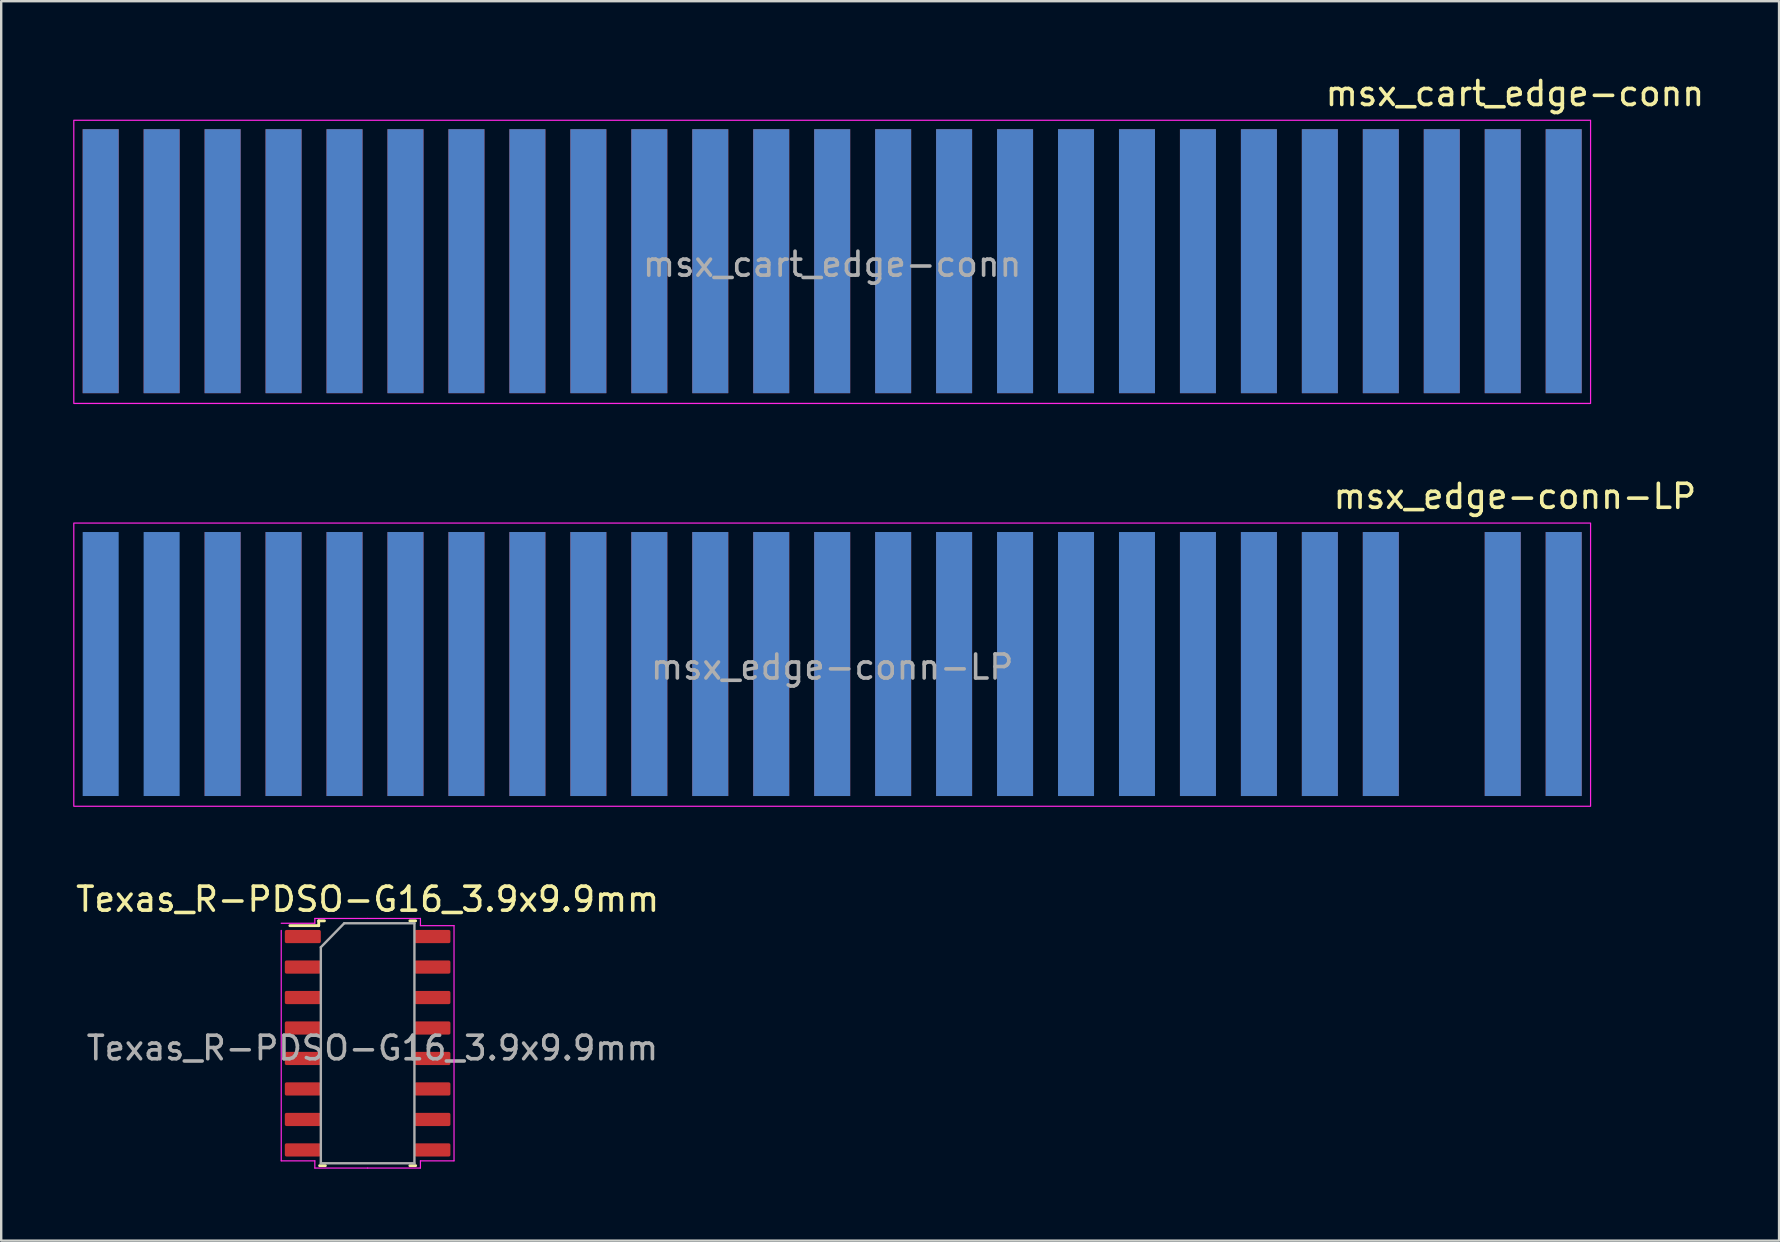
<source format=kicad_pcb>
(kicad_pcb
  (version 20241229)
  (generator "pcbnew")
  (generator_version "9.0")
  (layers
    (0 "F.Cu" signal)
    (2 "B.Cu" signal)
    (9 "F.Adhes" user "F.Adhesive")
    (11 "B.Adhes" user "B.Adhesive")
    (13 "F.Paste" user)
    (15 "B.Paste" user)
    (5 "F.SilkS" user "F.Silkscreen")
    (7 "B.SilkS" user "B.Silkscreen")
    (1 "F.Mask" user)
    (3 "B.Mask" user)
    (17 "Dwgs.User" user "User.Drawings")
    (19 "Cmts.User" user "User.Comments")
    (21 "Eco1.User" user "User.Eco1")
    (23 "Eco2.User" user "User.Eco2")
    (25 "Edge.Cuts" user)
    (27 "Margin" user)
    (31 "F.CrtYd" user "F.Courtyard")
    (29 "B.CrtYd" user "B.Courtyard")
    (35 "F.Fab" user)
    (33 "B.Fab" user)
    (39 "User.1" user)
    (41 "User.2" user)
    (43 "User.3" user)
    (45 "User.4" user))
  (footprint "Texas_R-PDSO-G16_3.9x9.9mm"
    (layer "F.Cu")
    (at 12.268 40.419)
    (property "Reference" "Texas_R-PDSO-G16_3.9x9.9mm" (at 0 -6 0) (layer "F.SilkS") (effects (font (size 1 1) (thickness 0.15))))
    (attr smd)
    (fp_line (start -2.039 -5.1) (end -1.8 -5.1) (stroke (width 0.12) (type solid)) (layer "F.SilkS"))
    (fp_line (start -2.039 -4.9) (end -3.239 -4.9) (stroke (width 0.12) (type solid)) (layer "F.SilkS"))
    (fp_line (start -2.039 -4.9) (end -2.039 -5.1) (stroke (width 0.12) (type solid)) (layer "F.SilkS"))
    (fp_line (start -1.761 5.1) (end -2 5.1) (stroke (width 0.12) (type solid)) (layer "F.SilkS"))
    (fp_line (start 1.761 -5.1) (end 2 -5.1) (stroke (width 0.12) (type solid)) (layer "F.SilkS"))
    (fp_line (start 1.761 5.1) (end 2 5.1) (stroke (width 0.12) (type solid)) (layer "F.SilkS"))
    (fp_line (start -3.6 -5) (end -2.2 -5) (stroke (width 0.05) (type solid)) (layer "F.CrtYd"))
    (fp_line (start -3.6 -4.7) (end -3.6 4.9) (stroke (width 0.05) (type solid)) (layer "F.CrtYd"))
    (fp_line (start -3.6 4.9) (end -2.2 4.9) (stroke (width 0.05) (type solid)) (layer "F.CrtYd"))
    (fp_line (start -2.2 -5.2) (end 0 -5.2) (stroke (width 0.05) (type solid)) (layer "F.CrtYd"))
    (fp_line (start -2.2 -5) (end -2.2 -5.2) (stroke (width 0.05) (type solid)) (layer "F.CrtYd"))
    (fp_line (start -2.2 4.9) (end -2.2 5.2) (stroke (width 0.05) (type solid)) (layer "F.CrtYd"))
    (fp_line (start -2.2 5.2) (end 0 5.2) (stroke (width 0.05) (type solid)) (layer "F.CrtYd"))
    (fp_line (start 2.2 -5.2) (end 0 -5.2) (stroke (width 0.05) (type solid)) (layer "F.CrtYd"))
    (fp_line (start 2.2 -4.9) (end 2.2 -5.2) (stroke (width 0.05) (type solid)) (layer "F.CrtYd"))
    (fp_line (start 2.2 4.9) (end 2.2 5.2) (stroke (width 0.05) (type solid)) (layer "F.CrtYd"))
    (fp_line (start 2.2 5.2) (end 0 5.2) (stroke (width 0.05) (type solid)) (layer "F.CrtYd"))
    (fp_line (start 3.6 -4.9) (end 2.2 -4.9) (stroke (width 0.05) (type solid)) (layer "F.CrtYd"))
    (fp_line (start 3.6 -4.9) (end 3.6 4.9) (stroke (width 0.05) (type solid)) (layer "F.CrtYd"))
    (fp_line (start 3.6 4.9) (end 2.2 4.9) (stroke (width 0.05) (type solid)) (layer "F.CrtYd"))
    (fp_line (start -1.95 -4) (end -0.975 -5) (stroke (width 0.1) (type solid)) (layer "F.Fab"))
    (fp_line (start -1.95 5) (end -1.95 -4) (stroke (width 0.1) (type solid)) (layer "F.Fab"))
    (fp_line (start -0.975 -5) (end 1.95 -5) (stroke (width 0.1) (type solid)) (layer "F.Fab"))
    (fp_line (start 1.95 -5) (end 1.95 5) (stroke (width 0.1) (type solid)) (layer "F.Fab"))
    (fp_line (start 1.95 5) (end -1.95 5) (stroke (width 0.1) (type solid)) (layer "F.Fab"))
    (fp_text user "${REFERENCE}" (at 0.2 0.2 0) (layer "F.Fab") (effects (font (size 0.98 0.98) (thickness 0.15))))
    (pad "1" smd roundrect (at -2.7 -4.445) (size 1.5 0.55) (layers "F.Cu" "F.Mask" "F.Paste") (roundrect_rratio 0.125))
    (pad "2" smd roundrect (at -2.7 -3.175) (size 1.5 0.55) (layers "F.Cu" "F.Mask" "F.Paste") (roundrect_rratio 0.125))
    (pad "3" smd roundrect (at -2.7 -1.905) (size 1.5 0.55) (layers "F.Cu" "F.Mask" "F.Paste") (roundrect_rratio 0.125))
    (pad "4" smd roundrect (at -2.7 -0.635) (size 1.5 0.55) (layers "F.Cu" "F.Mask" "F.Paste") (roundrect_rratio 0.125))
    (pad "5" smd roundrect (at -2.7 0.635) (size 1.5 0.55) (layers "F.Cu" "F.Mask" "F.Paste") (roundrect_rratio 0.125))
    (pad "6" smd roundrect (at -2.7 1.905) (size 1.5 0.55) (layers "F.Cu" "F.Mask" "F.Paste") (roundrect_rratio 0.125))
    (pad "7" smd roundrect (at -2.7 3.175) (size 1.5 0.55) (layers "F.Cu" "F.Mask" "F.Paste") (roundrect_rratio 0.125))
    (pad "8" smd roundrect (at -2.7 4.445) (size 1.5 0.55) (layers "F.Cu" "F.Mask" "F.Paste") (roundrect_rratio 0.125))
    (pad "9" smd roundrect (at 2.7 4.445) (size 1.5 0.55) (layers "F.Cu" "F.Mask" "F.Paste") (roundrect_rratio 0.125))
    (pad "10" smd roundrect (at 2.7 3.175) (size 1.5 0.55) (layers "F.Cu" "F.Mask" "F.Paste") (roundrect_rratio 0.125))
    (pad "11" smd roundrect (at 2.7 1.905) (size 1.5 0.55) (layers "F.Cu" "F.Mask" "F.Paste") (roundrect_rratio 0.125))
    (pad "12" smd roundrect (at 2.7 0.635) (size 1.5 0.55) (layers "F.Cu" "F.Mask" "F.Paste") (roundrect_rratio 0.125))
    (pad "13" smd roundrect (at 2.7 -0.635) (size 1.5 0.55) (layers "F.Cu" "F.Mask" "F.Paste") (roundrect_rratio 0.125))
    (pad "14" smd roundrect (at 2.7 -1.905) (size 1.5 0.55) (layers "F.Cu" "F.Mask" "F.Paste") (roundrect_rratio 0.125))
    (pad "15" smd roundrect (at 2.7 -3.175) (size 1.5 0.55) (layers "F.Cu" "F.Mask" "F.Paste") (roundrect_rratio 0.125))
    (pad "16" smd roundrect (at 2.7 -4.445) (size 1.5 0.55) (layers "F.Cu" "F.Mask" "F.Paste") (roundrect_rratio 0.125)))
  (footprint "msx_edge-conn-LP"
    (layer "F.Cu")
    (at 31.625 24.745)
    (property "Reference" "msx_edge-conn-LP" (at 28.448 -7.112 0) (layer "F.SilkS") (effects (font (size 1 1) (thickness 0.15))))
    (attr smd exclude_from_bom)
    (fp_rect (start -31.6 -6) (end 31.6 5.8) (stroke (width 0.05) (type solid)) (fill no) (layer "F.CrtYd"))
    (fp_text user "${REFERENCE}" (at 0 0 0) (layer "F.Fab") (effects (font (size 1 1) (thickness 0.15))))
    (pad "1" connect rect (at 30.48 -0.127) (size 1.5 11) (layers "B.Cu" "B.Mask"))
    (pad "2" connect rect (at 30.48 -0.127) (size 1.5 11) (layers "F.Cu" "F.Mask"))
    (pad "3" connect rect (at 27.94 -0.127) (size 1.5 11) (layers "B.Cu" "B.Mask"))
    (pad "4" connect rect (at 27.94 -0.127) (size 1.5 11) (layers "F.Cu" "F.Mask"))
    (pad "7" connect rect (at 22.86 -0.127) (size 1.5 11) (layers "B.Cu" "B.Mask"))
    (pad "8" connect rect (at 22.86 -0.127) (size 1.5 11) (layers "F.Cu" "F.Mask"))
    (pad "9" connect rect (at 20.32 -0.127) (size 1.5 11) (layers "B.Cu" "B.Mask"))
    (pad "10" connect rect (at 20.32 -0.127) (size 1.5 11) (layers "F.Cu" "F.Mask"))
    (pad "11" connect rect (at 17.78 -0.127) (size 1.5 11) (layers "B.Cu" "B.Mask"))
    (pad "12" connect rect (at 17.78 -0.127) (size 1.5 11) (layers "F.Cu" "F.Mask"))
    (pad "13" connect rect (at 15.24 -0.127) (size 1.5 11) (layers "B.Cu" "B.Mask"))
    (pad "14" connect rect (at 15.24 -0.127) (size 1.5 11) (layers "F.Cu" "F.Mask"))
    (pad "15" connect rect (at 12.7 -0.127) (size 1.5 11) (layers "B.Cu" "B.Mask"))
    (pad "17" connect rect (at 10.16 -0.127) (size 1.5 11) (layers "B.Cu" "B.Mask"))
    (pad "18" connect rect (at 10.16 -0.127) (size 1.5 11) (layers "F.Cu" "F.Mask"))
    (pad "19" connect rect (at 7.62 -0.127) (size 1.5 11) (layers "B.Cu" "B.Mask"))
    (pad "20" connect rect (at 7.62 -0.127) (size 1.5 11) (layers "F.Cu" "F.Mask"))
    (pad "21" connect rect (at 5.08 -0.127) (size 1.5 11) (layers "B.Cu" "B.Mask"))
    (pad "22" connect rect (at 5.08 -0.127) (size 1.5 11) (layers "F.Cu" "F.Mask"))
    (pad "23" connect rect (at 2.54 -0.127) (size 1.5 11) (layers "B.Cu" "B.Mask"))
    (pad "24" connect rect (at 2.54 -0.127) (size 1.5 11) (layers "F.Cu" "F.Mask"))
    (pad "25" connect rect (at 0 -0.127) (size 1.5 11) (layers "B.Cu" "B.Mask"))
    (pad "26" connect rect (at 0 -0.127) (size 1.5 11) (layers "F.Cu" "F.Mask"))
    (pad "27" connect rect (at -2.54 -0.127) (size 1.5 11) (layers "B.Cu" "B.Mask"))
    (pad "28" connect rect (at -2.54 -0.127) (size 1.5 11) (layers "F.Cu" "F.Mask"))
    (pad "29" connect rect (at -5.08 -0.127) (size 1.5 11) (layers "B.Cu" "B.Mask"))
    (pad "30" connect rect (at -5.08 -0.127) (size 1.5 11) (layers "F.Cu" "F.Mask"))
    (pad "31" connect rect (at -7.62 -0.127) (size 1.5 11) (layers "B.Cu" "B.Mask"))
    (pad "32" connect rect (at -7.62 -0.127) (size 1.5 11) (layers "F.Cu" "F.Mask"))
    (pad "33" connect rect (at -10.16 -0.127) (size 1.5 11) (layers "B.Cu" "B.Mask"))
    (pad "34" connect rect (at -10.16 -0.127) (size 1.5 11) (layers "F.Cu" "F.Mask"))
    (pad "35" connect rect (at -12.7 -0.127) (size 1.5 11) (layers "B.Cu" "B.Mask"))
    (pad "36" connect rect (at -12.7 -0.127) (size 1.5 11) (layers "F.Cu" "F.Mask"))
    (pad "37" connect rect (at -15.24 -0.127) (size 1.5 11) (layers "B.Cu" "B.Mask"))
    (pad "38" connect rect (at -15.24 -0.127) (size 1.5 11) (layers "F.Cu" "F.Mask"))
    (pad "39" connect rect (at -17.78 -0.127) (size 1.5 11) (layers "B.Cu" "B.Mask"))
    (pad "40" connect rect (at -17.78 -0.127) (size 1.5 11) (layers "F.Cu" "F.Mask"))
    (pad "41" connect rect (at -20.32 -0.127) (size 1.5 11) (layers "B.Cu" "B.Mask"))
    (pad "42" connect rect (at -20.32 -0.127) (size 1.5 11) (layers "F.Cu" "F.Mask"))
    (pad "43" connect rect (at -22.86 -0.127) (size 1.5 11) (layers "B.Cu" "B.Mask"))
    (pad "44" connect rect (at -22.86 -0.127) (size 1.5 11) (layers "F.Cu" "F.Mask"))
    (pad "45" connect rect (at -25.4 -0.127) (size 1.5 11) (layers "B.Cu" "B.Mask"))
    (pad "46" connect rect (at -25.4 -0.127) (size 1.5 11) (layers "F.Cu" "F.Mask"))
    (pad "47" connect rect (at -27.94 -0.127) (size 1.5 11) (layers "B.Cu" "B.Mask"))
    (pad "49" connect rect (at -30.48 -0.127) (size 1.5 11) (layers "B.Cu" "B.Mask")))
  (footprint "msx_cart_edge-conn"
    (layer "F.Cu")
    (at 31.625 7.96)
    (property "Reference" "msx_cart_edge-conn" (at 28.448 -7.112 0) (layer "F.SilkS") (effects (font (size 1 1) (thickness 0.15))))
    (attr smd exclude_from_bom)
    (fp_rect (start -31.6 -6) (end 31.6 5.8) (stroke (width 0.05) (type solid)) (fill no) (layer "F.CrtYd"))
    (fp_text user "${REFERENCE}" (at 0 0 0) (layer "F.Fab") (effects (font (size 1 1) (thickness 0.15))))
    (pad "1" connect rect (at 30.48 -0.127) (size 1.5 11) (layers "B.Cu" "B.Mask"))
    (pad "2" connect rect (at 30.48 -0.127) (size 1.5 11) (layers "F.Cu" "F.Mask"))
    (pad "3" connect rect (at 27.94 -0.127) (size 1.5 11) (layers "B.Cu" "B.Mask"))
    (pad "4" connect rect (at 27.94 -0.127) (size 1.5 11) (layers "F.Cu" "F.Mask"))
    (pad "5" connect rect (at 25.4 -0.127) (size 1.5 11) (layers "B.Cu" "B.Mask"))
    (pad "6" connect rect (at 25.4 -0.127) (size 1.5 11) (layers "F.Cu" "F.Mask"))
    (pad "7" connect rect (at 22.86 -0.127) (size 1.5 11) (layers "B.Cu" "B.Mask"))
    (pad "8" connect rect (at 22.86 -0.127) (size 1.5 11) (layers "F.Cu" "F.Mask"))
    (pad "9" connect rect (at 20.32 -0.127) (size 1.5 11) (layers "B.Cu" "B.Mask"))
    (pad "10" connect rect (at 20.32 -0.127) (size 1.5 11) (layers "F.Cu" "F.Mask"))
    (pad "11" connect rect (at 17.78 -0.127) (size 1.5 11) (layers "B.Cu" "B.Mask"))
    (pad "12" connect rect (at 17.78 -0.127) (size 1.5 11) (layers "F.Cu" "F.Mask"))
    (pad "13" connect rect (at 15.24 -0.127) (size 1.5 11) (layers "B.Cu" "B.Mask"))
    (pad "14" connect rect (at 15.24 -0.127) (size 1.5 11) (layers "F.Cu" "F.Mask"))
    (pad "15" connect rect (at 12.7 -0.127) (size 1.5 11) (layers "B.Cu" "B.Mask"))
    (pad "16" connect rect (at 12.7 -0.127) (size 1.5 11) (layers "F.Cu" "F.Mask"))
    (pad "17" connect rect (at 10.16 -0.127) (size 1.5 11) (layers "B.Cu" "B.Mask"))
    (pad "18" connect rect (at 10.16 -0.127) (size 1.5 11) (layers "F.Cu" "F.Mask"))
    (pad "19" connect rect (at 7.62 -0.127) (size 1.5 11) (layers "B.Cu" "B.Mask"))
    (pad "20" connect rect (at 7.62 -0.127) (size 1.5 11) (layers "F.Cu" "F.Mask"))
    (pad "21" connect rect (at 5.08 -0.127) (size 1.5 11) (layers "B.Cu" "B.Mask"))
    (pad "22" connect rect (at 5.08 -0.127) (size 1.5 11) (layers "F.Cu" "F.Mask"))
    (pad "23" connect rect (at 2.54 -0.127) (size 1.5 11) (layers "B.Cu" "B.Mask"))
    (pad "24" connect rect (at 2.54 -0.127) (size 1.5 11) (layers "F.Cu" "F.Mask"))
    (pad "25" connect rect (at 0 -0.127) (size 1.5 11) (layers "B.Cu" "B.Mask"))
    (pad "26" connect rect (at 0 -0.127) (size 1.5 11) (layers "F.Cu" "F.Mask"))
    (pad "27" connect rect (at -2.54 -0.127) (size 1.5 11) (layers "B.Cu" "B.Mask"))
    (pad "28" connect rect (at -2.54 -0.127) (size 1.5 11) (layers "F.Cu" "F.Mask"))
    (pad "29" connect rect (at -5.08 -0.127) (size 1.5 11) (layers "B.Cu" "B.Mask"))
    (pad "30" connect rect (at -5.08 -0.127) (size 1.5 11) (layers "F.Cu" "F.Mask"))
    (pad "31" connect rect (at -7.62 -0.127) (size 1.5 11) (layers "B.Cu" "B.Mask"))
    (pad "32" connect rect (at -7.62 -0.127) (size 1.5 11) (layers "F.Cu" "F.Mask"))
    (pad "33" connect rect (at -10.16 -0.127) (size 1.5 11) (layers "B.Cu" "B.Mask"))
    (pad "34" connect rect (at -10.16 -0.127) (size 1.5 11) (layers "F.Cu" "F.Mask"))
    (pad "35" connect rect (at -12.7 -0.127) (size 1.5 11) (layers "B.Cu" "B.Mask"))
    (pad "36" connect rect (at -12.7 -0.127) (size 1.5 11) (layers "F.Cu" "F.Mask"))
    (pad "37" connect rect (at -15.24 -0.127) (size 1.5 11) (layers "B.Cu" "B.Mask"))
    (pad "38" connect rect (at -15.24 -0.127) (size 1.5 11) (layers "F.Cu" "F.Mask"))
    (pad "39" connect rect (at -17.78 -0.127) (size 1.5 11) (layers "B.Cu" "B.Mask"))
    (pad "40" connect rect (at -17.78 -0.127) (size 1.5 11) (layers "F.Cu" "F.Mask"))
    (pad "41" connect rect (at -20.32 -0.127) (size 1.5 11) (layers "B.Cu" "B.Mask"))
    (pad "42" connect rect (at -20.32 -0.127) (size 1.5 11) (layers "F.Cu" "F.Mask"))
    (pad "43" connect rect (at -22.86 -0.127) (size 1.5 11) (layers "B.Cu" "B.Mask"))
    (pad "44" connect rect (at -22.86 -0.127) (size 1.5 11) (layers "F.Cu" "F.Mask"))
    (pad "45" connect rect (at -25.4 -0.127) (size 1.5 11) (layers "B.Cu" "B.Mask"))
    (pad "46" connect rect (at -25.4 -0.127) (size 1.5 11) (layers "F.Cu" "F.Mask"))
    (pad "47" connect rect (at -27.94 -0.127) (size 1.5 11) (layers "B.Cu" "B.Mask"))
    (pad "48" connect rect (at -27.94 -0.127) (size 1.5 11) (layers "F.Cu" "F.Mask"))
    (pad "49" connect rect (at -30.48 -0.127) (size 1.5 11) (layers "B.Cu" "B.Mask"))
    (pad "50" connect rect (at -30.48 -0.127) (size 1.5 11) (layers "F.Cu" "F.Mask")))
  (gr_rect
    (start -3 -3)
    (end 71.079 48.644)
    (stroke (width 0.1) (type default))
    (fill no)
    (layer "Edge.Cuts")))
</source>
